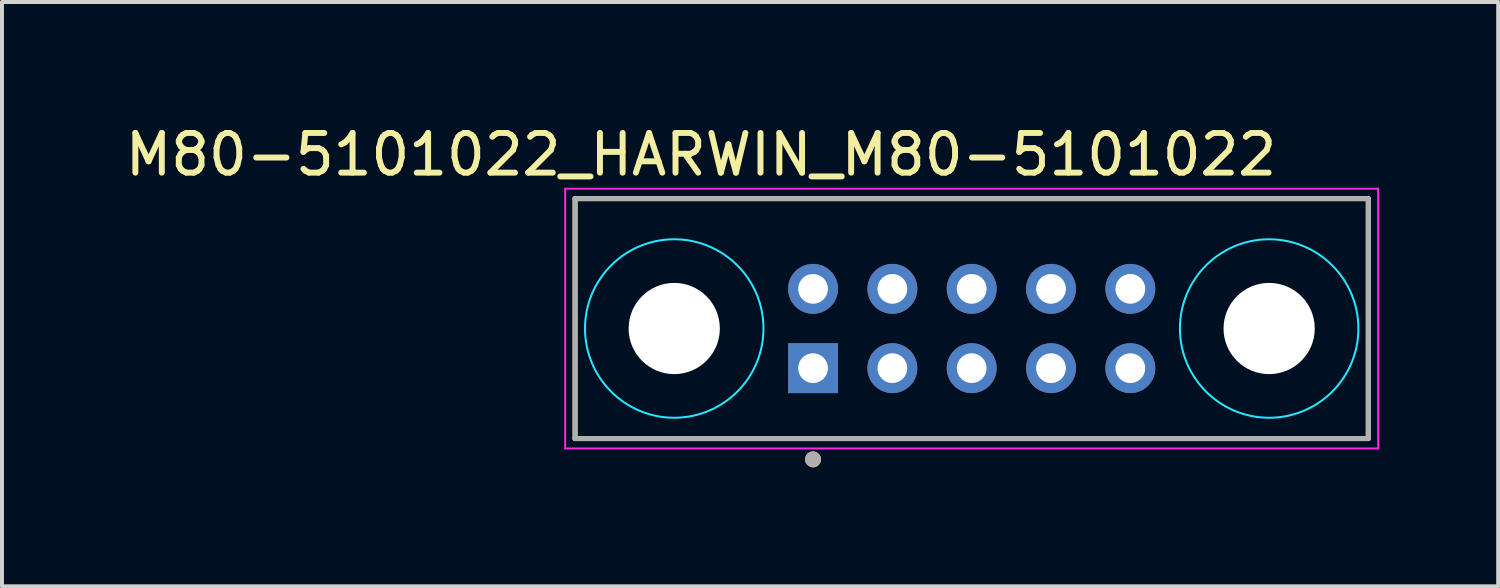
<source format=kicad_pcb>
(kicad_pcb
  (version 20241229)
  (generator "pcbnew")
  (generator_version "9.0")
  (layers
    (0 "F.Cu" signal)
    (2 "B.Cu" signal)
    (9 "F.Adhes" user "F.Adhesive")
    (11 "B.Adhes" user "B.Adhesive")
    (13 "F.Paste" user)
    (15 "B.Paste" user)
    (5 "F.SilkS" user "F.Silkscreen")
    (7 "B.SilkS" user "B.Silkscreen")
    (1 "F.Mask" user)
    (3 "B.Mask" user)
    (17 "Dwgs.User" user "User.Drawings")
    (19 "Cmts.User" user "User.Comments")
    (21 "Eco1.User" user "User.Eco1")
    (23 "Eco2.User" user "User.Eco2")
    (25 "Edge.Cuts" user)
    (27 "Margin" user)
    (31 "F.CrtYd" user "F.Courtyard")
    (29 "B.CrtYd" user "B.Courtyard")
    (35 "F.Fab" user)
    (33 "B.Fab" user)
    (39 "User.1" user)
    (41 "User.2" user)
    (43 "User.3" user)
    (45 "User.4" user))
  (footprint "M80-5101022_HARWIN_M80-5101022"
    (layer "F.Cu")
    (at 21.45 5.233)
    (property "Reference" "M80-5101022_HARWIN_M80-5101022" (at -6.825 -4.385 0) (layer "F.SilkS") (effects (font (size 1 1) (thickness 0.15))))
    (attr through_hole)
    (fp_line (start -10 -3.275) (end 10 -3.275) (stroke (width 0.127) (type solid)) (layer "F.SilkS"))
    (fp_line (start -10 2.775) (end -10 -3.275) (stroke (width 0.127) (type solid)) (layer "F.SilkS"))
    (fp_line (start 10 -3.275) (end 10 2.775) (stroke (width 0.127) (type solid)) (layer "F.SilkS"))
    (fp_line (start 10 2.775) (end -10 2.775) (stroke (width 0.127) (type solid)) (layer "F.SilkS"))
    (fp_circle (center -4 3.3) (end -3.9 3.3) (stroke (width 0.2) (type solid)) (fill no) (layer "F.SilkS"))
    (fp_circle (center -7.5 0) (end -5.25 0) (stroke (width 0.05) (type solid)) (fill no) (layer "B.CrtYd"))
    (fp_circle (center 7.5 0) (end 9.75 0) (stroke (width 0.05) (type solid)) (fill no) (layer "B.CrtYd"))
    (fp_line (start -10.25 -3.525) (end -10.25 3.025) (stroke (width 0.05) (type solid)) (layer "F.CrtYd"))
    (fp_line (start -10.25 3.025) (end 10.25 3.025) (stroke (width 0.05) (type solid)) (layer "F.CrtYd"))
    (fp_line (start 10.25 -3.525) (end -10.25 -3.525) (stroke (width 0.05) (type solid)) (layer "F.CrtYd"))
    (fp_line (start 10.25 3.025) (end 10.25 -3.525) (stroke (width 0.05) (type solid)) (layer "F.CrtYd"))
    (fp_line (start -10 -3.275) (end 10 -3.275) (stroke (width 0.127) (type solid)) (layer "F.Fab"))
    (fp_line (start -10 2.775) (end -10 -3.275) (stroke (width 0.127) (type solid)) (layer "F.Fab"))
    (fp_line (start 10 -3.275) (end 10 2.775) (stroke (width 0.127) (type solid)) (layer "F.Fab"))
    (fp_line (start 10 2.775) (end -10 2.775) (stroke (width 0.127) (type solid)) (layer "F.Fab"))
    (fp_circle (center -4 3.3) (end -3.9 3.3) (stroke (width 0.2) (type solid)) (fill no) (layer "F.Fab"))
    (pad "" np_thru_hole circle (at -7.5 0) (size 2.3 2.3) (drill 2.3) (layers "*.Cu" "*.Mask"))
    (pad "" np_thru_hole circle (at 7.5 0) (size 2.3 2.3) (drill 2.3) (layers "*.Cu" "*.Mask"))
    (pad "1" thru_hole rect (at -4 1) (size 1.258 1.258) (drill 0.75) (layers "*.Cu" "*.Mask"))
    (pad "2" thru_hole circle (at -2 1) (size 1.258 1.258) (drill 0.75) (layers "*.Cu" "*.Mask"))
    (pad "3" thru_hole circle (at 0 1) (size 1.258 1.258) (drill 0.75) (layers "*.Cu" "*.Mask"))
    (pad "4" thru_hole circle (at 2 1) (size 1.258 1.258) (drill 0.75) (layers "*.Cu" "*.Mask"))
    (pad "5" thru_hole circle (at 4 1) (size 1.258 1.258) (drill 0.75) (layers "*.Cu" "*.Mask"))
    (pad "6" thru_hole circle (at -4 -1) (size 1.258 1.258) (drill 0.75) (layers "*.Cu" "*.Mask"))
    (pad "7" thru_hole circle (at -2 -1) (size 1.258 1.258) (drill 0.75) (layers "*.Cu" "*.Mask"))
    (pad "8" thru_hole circle (at 0 -1) (size 1.258 1.258) (drill 0.75) (layers "*.Cu" "*.Mask"))
    (pad "9" thru_hole circle (at 2 -1) (size 1.258 1.258) (drill 0.75) (layers "*.Cu" "*.Mask"))
    (pad "10" thru_hole circle (at 4 -1) (size 1.258 1.258) (drill 0.75) (layers "*.Cu" "*.Mask"))
    (zone (net_name "") (layers "F.Cu" "B.Cu") (hatch full 0.508) (connect_pads) (min_thickness 2) (filled_areas_thickness no) (keepout (tracks allowed) (vias not_allowed) (pads allowed) (copperpour allowed) (footprints allowed)) (placement (enabled no)) (fill) (polygon (pts (xy 15.95 5.233) (xy 15.94 5.429) (xy 15.912 5.623) (xy 15.864 5.814) (xy 15.798 5.999) (xy 15.714 6.176) (xy 15.613 6.344) (xy 15.496 6.502) (xy 15.364 6.647) (xy 15.219 6.779) (xy 15.061 6.896) (xy 14.893 6.997) (xy 14.715 7.081) (xy 14.531 7.147) (xy 14.34 7.195) (xy 14.146 7.224) (xy 13.95 7.233) (xy 13.754 7.224) (xy 13.56 7.195) (xy 13.369 7.147) (xy 13.185 7.081) (xy 13.007 6.997) (xy 12.839 6.896) (xy 12.681 6.779) (xy 12.536 6.647) (xy 12.404 6.502) (xy 12.287 6.344) (xy 12.186 6.176) (xy 12.102 5.999) (xy 12.036 5.814) (xy 11.988 5.623) (xy 11.96 5.429) (xy 11.95 5.233) (xy 11.96 5.037) (xy 11.988 4.843) (xy 12.036 4.653) (xy 12.102 4.468) (xy 12.186 4.29) (xy 12.287 4.122) (xy 12.404 3.964) (xy 12.536 3.819) (xy 12.681 3.687) (xy 12.839 3.57) (xy 13.007 3.469) (xy 13.185 3.385) (xy 13.369 3.319) (xy 13.56 3.272) (xy 13.754 3.243) (xy 13.95 3.233) (xy 14.146 3.243) (xy 14.34 3.272) (xy 14.531 3.319) (xy 14.715 3.385) (xy 14.893 3.469) (xy 15.061 3.57) (xy 15.219 3.687) (xy 15.364 3.819) (xy 15.496 3.964) (xy 15.613 4.122) (xy 15.714 4.29) (xy 15.798 4.468) (xy 15.864 4.653) (xy 15.912 4.843) (xy 15.94 5.037))))
    (zone (net_name "") (layers "F.Cu" "B.Cu") (hatch full 0.508) (connect_pads) (min_thickness 2) (filled_areas_thickness no) (keepout (tracks allowed) (vias not_allowed) (pads allowed) (copperpour allowed) (footprints allowed)) (placement (enabled no)) (fill) (polygon (pts (xy 30.95 5.233) (xy 30.94 5.429) (xy 30.912 5.623) (xy 30.864 5.814) (xy 30.798 5.999) (xy 30.714 6.176) (xy 30.613 6.344) (xy 30.496 6.502) (xy 30.364 6.647) (xy 30.219 6.779) (xy 30.061 6.896) (xy 29.893 6.997) (xy 29.715 7.081) (xy 29.531 7.147) (xy 29.34 7.195) (xy 29.146 7.224) (xy 28.95 7.233) (xy 28.754 7.224) (xy 28.56 7.195) (xy 28.369 7.147) (xy 28.185 7.081) (xy 28.007 6.997) (xy 27.839 6.896) (xy 27.681 6.779) (xy 27.536 6.647) (xy 27.404 6.502) (xy 27.287 6.344) (xy 27.186 6.176) (xy 27.102 5.999) (xy 27.036 5.814) (xy 26.988 5.623) (xy 26.96 5.429) (xy 26.95 5.233) (xy 26.96 5.037) (xy 26.988 4.843) (xy 27.036 4.653) (xy 27.102 4.468) (xy 27.186 4.29) (xy 27.287 4.122) (xy 27.404 3.964) (xy 27.536 3.819) (xy 27.681 3.687) (xy 27.839 3.57) (xy 28.007 3.469) (xy 28.185 3.385) (xy 28.369 3.319) (xy 28.56 3.272) (xy 28.754 3.243) (xy 28.95 3.233) (xy 29.146 3.243) (xy 29.34 3.272) (xy 29.531 3.319) (xy 29.715 3.385) (xy 29.893 3.469) (xy 30.061 3.57) (xy 30.219 3.687) (xy 30.364 3.819) (xy 30.496 3.964) (xy 30.613 4.122) (xy 30.714 4.29) (xy 30.798 4.468) (xy 30.864 4.653) (xy 30.912 4.843) (xy 30.94 5.037))))
    (zone (net_name "") (layer "B.Cu") (hatch full 0.508) (connect_pads) (min_thickness 2) (filled_areas_thickness no) (keepout (tracks not_allowed) (vias not_allowed) (pads not_allowed) (copperpour not_allowed) (footprints allowed)) (placement (enabled no)) (fill) (polygon (pts (xy 15.95 5.233) (xy 15.94 5.429) (xy 15.912 5.623) (xy 15.864 5.814) (xy 15.798 5.999) (xy 15.714 6.176) (xy 15.613 6.344) (xy 15.496 6.502) (xy 15.364 6.647) (xy 15.219 6.779) (xy 15.061 6.896) (xy 14.893 6.997) (xy 14.715 7.081) (xy 14.531 7.147) (xy 14.34 7.195) (xy 14.146 7.224) (xy 13.95 7.233) (xy 13.754 7.224) (xy 13.56 7.195) (xy 13.369 7.147) (xy 13.185 7.081) (xy 13.007 6.997) (xy 12.839 6.896) (xy 12.681 6.779) (xy 12.536 6.647) (xy 12.404 6.502) (xy 12.287 6.344) (xy 12.186 6.176) (xy 12.102 5.999) (xy 12.036 5.814) (xy 11.988 5.623) (xy 11.96 5.429) (xy 11.95 5.233) (xy 11.96 5.037) (xy 11.988 4.843) (xy 12.036 4.653) (xy 12.102 4.468) (xy 12.186 4.29) (xy 12.287 4.122) (xy 12.404 3.964) (xy 12.536 3.819) (xy 12.681 3.687) (xy 12.839 3.57) (xy 13.007 3.469) (xy 13.185 3.385) (xy 13.369 3.319) (xy 13.56 3.272) (xy 13.754 3.243) (xy 13.95 3.233) (xy 14.146 3.243) (xy 14.34 3.272) (xy 14.531 3.319) (xy 14.715 3.385) (xy 14.893 3.469) (xy 15.061 3.57) (xy 15.219 3.687) (xy 15.364 3.819) (xy 15.496 3.964) (xy 15.613 4.122) (xy 15.714 4.29) (xy 15.798 4.468) (xy 15.864 4.653) (xy 15.912 4.843) (xy 15.94 5.037))))
    (zone (net_name "") (layer "B.Cu") (hatch full 0.508) (connect_pads) (min_thickness 2) (filled_areas_thickness no) (keepout (tracks not_allowed) (vias not_allowed) (pads not_allowed) (copperpour not_allowed) (footprints allowed)) (placement (enabled no)) (fill) (polygon (pts (xy 30.95 5.233) (xy 30.94 5.429) (xy 30.912 5.623) (xy 30.864 5.814) (xy 30.798 5.999) (xy 30.714 6.176) (xy 30.613 6.344) (xy 30.496 6.502) (xy 30.364 6.647) (xy 30.219 6.779) (xy 30.061 6.896) (xy 29.893 6.997) (xy 29.715 7.081) (xy 29.531 7.147) (xy 29.34 7.195) (xy 29.146 7.224) (xy 28.95 7.233) (xy 28.754 7.224) (xy 28.56 7.195) (xy 28.369 7.147) (xy 28.185 7.081) (xy 28.007 6.997) (xy 27.839 6.896) (xy 27.681 6.779) (xy 27.536 6.647) (xy 27.404 6.502) (xy 27.287 6.344) (xy 27.186 6.176) (xy 27.102 5.999) (xy 27.036 5.814) (xy 26.988 5.623) (xy 26.96 5.429) (xy 26.95 5.233) (xy 26.96 5.037) (xy 26.988 4.843) (xy 27.036 4.653) (xy 27.102 4.468) (xy 27.186 4.29) (xy 27.287 4.122) (xy 27.404 3.964) (xy 27.536 3.819) (xy 27.681 3.687) (xy 27.839 3.57) (xy 28.007 3.469) (xy 28.185 3.385) (xy 28.369 3.319) (xy 28.56 3.272) (xy 28.754 3.243) (xy 28.95 3.233) (xy 29.146 3.243) (xy 29.34 3.272) (xy 29.531 3.319) (xy 29.715 3.385) (xy 29.893 3.469) (xy 30.061 3.57) (xy 30.219 3.687) (xy 30.364 3.819) (xy 30.496 3.964) (xy 30.613 4.122) (xy 30.714 4.29) (xy 30.798 4.468) (xy 30.864 4.653) (xy 30.912 4.843) (xy 30.94 5.037)))))
  (gr_rect
    (start -3 -3)
    (end 34.725 11.733)
    (stroke (width 0.1) (type default))
    (fill no)
    (layer "Edge.Cuts")))
</source>
